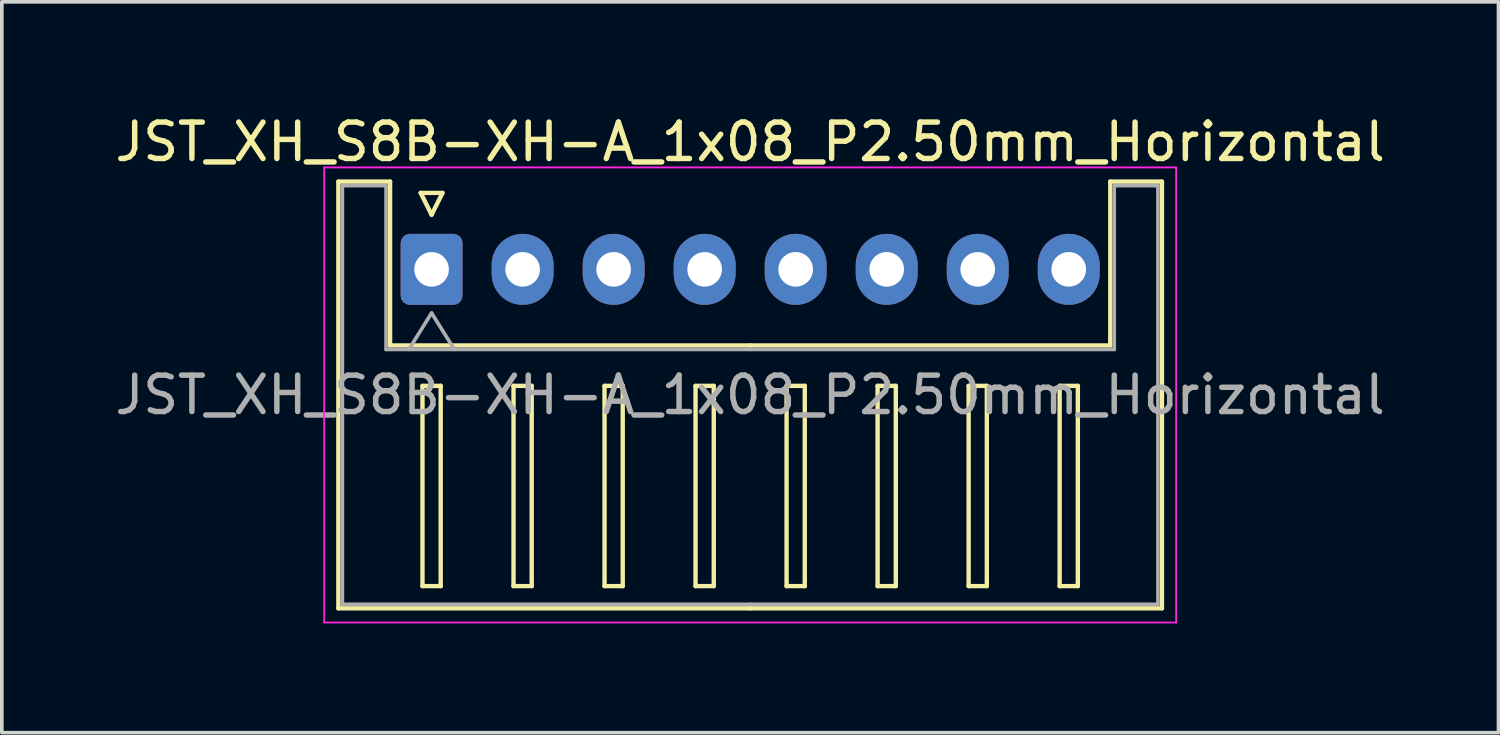
<source format=kicad_pcb>
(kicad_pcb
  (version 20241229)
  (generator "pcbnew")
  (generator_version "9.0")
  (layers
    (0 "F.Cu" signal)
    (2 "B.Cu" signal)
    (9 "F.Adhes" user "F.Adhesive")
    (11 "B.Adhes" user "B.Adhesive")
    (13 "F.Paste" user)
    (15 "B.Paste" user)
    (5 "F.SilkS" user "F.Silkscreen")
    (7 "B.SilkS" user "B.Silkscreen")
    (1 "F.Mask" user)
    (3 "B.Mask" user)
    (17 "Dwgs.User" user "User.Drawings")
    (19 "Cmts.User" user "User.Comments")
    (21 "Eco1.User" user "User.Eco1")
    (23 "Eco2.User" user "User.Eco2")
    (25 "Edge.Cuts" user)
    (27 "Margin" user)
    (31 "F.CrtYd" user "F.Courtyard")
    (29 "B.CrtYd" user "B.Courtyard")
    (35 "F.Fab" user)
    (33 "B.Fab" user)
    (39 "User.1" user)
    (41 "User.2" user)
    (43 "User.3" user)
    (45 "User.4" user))
  (footprint "JST_XH_S8B-XH-A_1x08_P2.50mm_Horizontal"
    (layer "F.Cu")
    (at 8.804 4.348)
    (property "Reference" "JST_XH_S8B-XH-A_1x08_P2.50mm_Horizontal" (at 8.75 -3.5 0) (layer "F.SilkS") (effects (font (size 1 1) (thickness 0.15))))
    (attr through_hole)
    (fp_line (start -2.56 -2.41) (end -1.14 -2.41) (stroke (width 0.12) (type solid)) (layer "F.SilkS"))
    (fp_line (start -2.56 9.31) (end -2.56 -2.41) (stroke (width 0.12) (type solid)) (layer "F.SilkS"))
    (fp_line (start -1.14 -2.41) (end -1.14 2.09) (stroke (width 0.12) (type solid)) (layer "F.SilkS"))
    (fp_line (start -1.14 2.09) (end 8.75 2.09) (stroke (width 0.12) (type solid)) (layer "F.SilkS"))
    (fp_line (start -0.3 -2.1) (end 0.3 -2.1) (stroke (width 0.12) (type solid)) (layer "F.SilkS"))
    (fp_line (start -0.25 3.2) (end -0.25 8.7) (stroke (width 0.12) (type solid)) (layer "F.SilkS"))
    (fp_line (start -0.25 8.7) (end 0.25 8.7) (stroke (width 0.12) (type solid)) (layer "F.SilkS"))
    (fp_line (start 0 -1.5) (end -0.3 -2.1) (stroke (width 0.12) (type solid)) (layer "F.SilkS"))
    (fp_line (start 0.25 3.2) (end -0.25 3.2) (stroke (width 0.12) (type solid)) (layer "F.SilkS"))
    (fp_line (start 0.25 8.7) (end 0.25 3.2) (stroke (width 0.12) (type solid)) (layer "F.SilkS"))
    (fp_line (start 0.3 -2.1) (end 0 -1.5) (stroke (width 0.12) (type solid)) (layer "F.SilkS"))
    (fp_line (start 2.25 3.2) (end 2.25 8.7) (stroke (width 0.12) (type solid)) (layer "F.SilkS"))
    (fp_line (start 2.25 8.7) (end 2.75 8.7) (stroke (width 0.12) (type solid)) (layer "F.SilkS"))
    (fp_line (start 2.75 3.2) (end 2.25 3.2) (stroke (width 0.12) (type solid)) (layer "F.SilkS"))
    (fp_line (start 2.75 8.7) (end 2.75 3.2) (stroke (width 0.12) (type solid)) (layer "F.SilkS"))
    (fp_line (start 4.75 3.2) (end 4.75 8.7) (stroke (width 0.12) (type solid)) (layer "F.SilkS"))
    (fp_line (start 4.75 8.7) (end 5.25 8.7) (stroke (width 0.12) (type solid)) (layer "F.SilkS"))
    (fp_line (start 5.25 3.2) (end 4.75 3.2) (stroke (width 0.12) (type solid)) (layer "F.SilkS"))
    (fp_line (start 5.25 8.7) (end 5.25 3.2) (stroke (width 0.12) (type solid)) (layer "F.SilkS"))
    (fp_line (start 7.25 3.2) (end 7.25 8.7) (stroke (width 0.12) (type solid)) (layer "F.SilkS"))
    (fp_line (start 7.25 8.7) (end 7.75 8.7) (stroke (width 0.12) (type solid)) (layer "F.SilkS"))
    (fp_line (start 7.75 3.2) (end 7.25 3.2) (stroke (width 0.12) (type solid)) (layer "F.SilkS"))
    (fp_line (start 7.75 8.7) (end 7.75 3.2) (stroke (width 0.12) (type solid)) (layer "F.SilkS"))
    (fp_line (start 8.75 9.31) (end -2.56 9.31) (stroke (width 0.12) (type solid)) (layer "F.SilkS"))
    (fp_line (start 8.75 9.31) (end 20.06 9.31) (stroke (width 0.12) (type solid)) (layer "F.SilkS"))
    (fp_line (start 9.75 3.2) (end 9.75 8.7) (stroke (width 0.12) (type solid)) (layer "F.SilkS"))
    (fp_line (start 9.75 8.7) (end 10.25 8.7) (stroke (width 0.12) (type solid)) (layer "F.SilkS"))
    (fp_line (start 10.25 3.2) (end 9.75 3.2) (stroke (width 0.12) (type solid)) (layer "F.SilkS"))
    (fp_line (start 10.25 8.7) (end 10.25 3.2) (stroke (width 0.12) (type solid)) (layer "F.SilkS"))
    (fp_line (start 12.25 3.2) (end 12.25 8.7) (stroke (width 0.12) (type solid)) (layer "F.SilkS"))
    (fp_line (start 12.25 8.7) (end 12.75 8.7) (stroke (width 0.12) (type solid)) (layer "F.SilkS"))
    (fp_line (start 12.75 3.2) (end 12.25 3.2) (stroke (width 0.12) (type solid)) (layer "F.SilkS"))
    (fp_line (start 12.75 8.7) (end 12.75 3.2) (stroke (width 0.12) (type solid)) (layer "F.SilkS"))
    (fp_line (start 14.75 3.2) (end 14.75 8.7) (stroke (width 0.12) (type solid)) (layer "F.SilkS"))
    (fp_line (start 14.75 8.7) (end 15.25 8.7) (stroke (width 0.12) (type solid)) (layer "F.SilkS"))
    (fp_line (start 15.25 3.2) (end 14.75 3.2) (stroke (width 0.12) (type solid)) (layer "F.SilkS"))
    (fp_line (start 15.25 8.7) (end 15.25 3.2) (stroke (width 0.12) (type solid)) (layer "F.SilkS"))
    (fp_line (start 17.25 3.2) (end 17.25 8.7) (stroke (width 0.12) (type solid)) (layer "F.SilkS"))
    (fp_line (start 17.25 8.7) (end 17.75 8.7) (stroke (width 0.12) (type solid)) (layer "F.SilkS"))
    (fp_line (start 17.75 3.2) (end 17.25 3.2) (stroke (width 0.12) (type solid)) (layer "F.SilkS"))
    (fp_line (start 17.75 8.7) (end 17.75 3.2) (stroke (width 0.12) (type solid)) (layer "F.SilkS"))
    (fp_line (start 18.64 -2.41) (end 18.64 2.09) (stroke (width 0.12) (type solid)) (layer "F.SilkS"))
    (fp_line (start 18.64 2.09) (end 8.75 2.09) (stroke (width 0.12) (type solid)) (layer "F.SilkS"))
    (fp_line (start 20.06 -2.41) (end 18.64 -2.41) (stroke (width 0.12) (type solid)) (layer "F.SilkS"))
    (fp_line (start 20.06 9.31) (end 20.06 -2.41) (stroke (width 0.12) (type solid)) (layer "F.SilkS"))
    (fp_line (start -2.95 -2.8) (end -2.95 9.7) (stroke (width 0.05) (type solid)) (layer "F.CrtYd"))
    (fp_line (start -2.95 9.7) (end 20.45 9.7) (stroke (width 0.05) (type solid)) (layer "F.CrtYd"))
    (fp_line (start 20.45 -2.8) (end -2.95 -2.8) (stroke (width 0.05) (type solid)) (layer "F.CrtYd"))
    (fp_line (start 20.45 9.7) (end 20.45 -2.8) (stroke (width 0.05) (type solid)) (layer "F.CrtYd"))
    (fp_line (start -2.45 -2.3) (end -1.25 -2.3) (stroke (width 0.1) (type solid)) (layer "F.Fab"))
    (fp_line (start -2.45 9.2) (end -2.45 -2.3) (stroke (width 0.1) (type solid)) (layer "F.Fab"))
    (fp_line (start -1.25 -2.3) (end -1.25 2.2) (stroke (width 0.1) (type solid)) (layer "F.Fab"))
    (fp_line (start -1.25 2.2) (end 8.75 2.2) (stroke (width 0.1) (type solid)) (layer "F.Fab"))
    (fp_line (start -0.625 2.2) (end 0 1.2) (stroke (width 0.1) (type solid)) (layer "F.Fab"))
    (fp_line (start 0 1.2) (end 0.625 2.2) (stroke (width 0.1) (type solid)) (layer "F.Fab"))
    (fp_line (start 8.75 9.2) (end -2.45 9.2) (stroke (width 0.1) (type solid)) (layer "F.Fab"))
    (fp_line (start 8.75 9.2) (end 19.95 9.2) (stroke (width 0.1) (type solid)) (layer "F.Fab"))
    (fp_line (start 18.75 -2.3) (end 18.75 2.2) (stroke (width 0.1) (type solid)) (layer "F.Fab"))
    (fp_line (start 18.75 2.2) (end 8.75 2.2) (stroke (width 0.1) (type solid)) (layer "F.Fab"))
    (fp_line (start 19.95 -2.3) (end 18.75 -2.3) (stroke (width 0.1) (type solid)) (layer "F.Fab"))
    (fp_line (start 19.95 9.2) (end 19.95 -2.3) (stroke (width 0.1) (type solid)) (layer "F.Fab"))
    (fp_text user "${REFERENCE}" (at 8.75 3.45 0) (layer "F.Fab") (effects (font (size 1 1) (thickness 0.15))))
    (pad "1" thru_hole roundrect (at 0 0) (size 1.7 1.95) (drill 0.95) (layers "*.Cu" "*.Mask") (roundrect_rratio 0.147))
    (pad "2" thru_hole oval (at 2.5 0) (size 1.7 1.95) (drill 0.95) (layers "*.Cu" "*.Mask"))
    (pad "3" thru_hole oval (at 5 0) (size 1.7 1.95) (drill 0.95) (layers "*.Cu" "*.Mask"))
    (pad "4" thru_hole oval (at 7.5 0) (size 1.7 1.95) (drill 0.95) (layers "*.Cu" "*.Mask"))
    (pad "5" thru_hole oval (at 10 0) (size 1.7 1.95) (drill 0.95) (layers "*.Cu" "*.Mask"))
    (pad "6" thru_hole oval (at 12.5 0) (size 1.7 1.95) (drill 0.95) (layers "*.Cu" "*.Mask"))
    (pad "7" thru_hole oval (at 15 0) (size 1.7 1.95) (drill 0.95) (layers "*.Cu" "*.Mask"))
    (pad "8" thru_hole oval (at 17.5 0) (size 1.7 1.95) (drill 0.95) (layers "*.Cu" "*.Mask")))
  (gr_rect
    (start -3 -3)
    (end 38.107 17.073)
    (stroke (width 0.1) (type default))
    (fill no)
    (layer "Edge.Cuts")))
</source>
